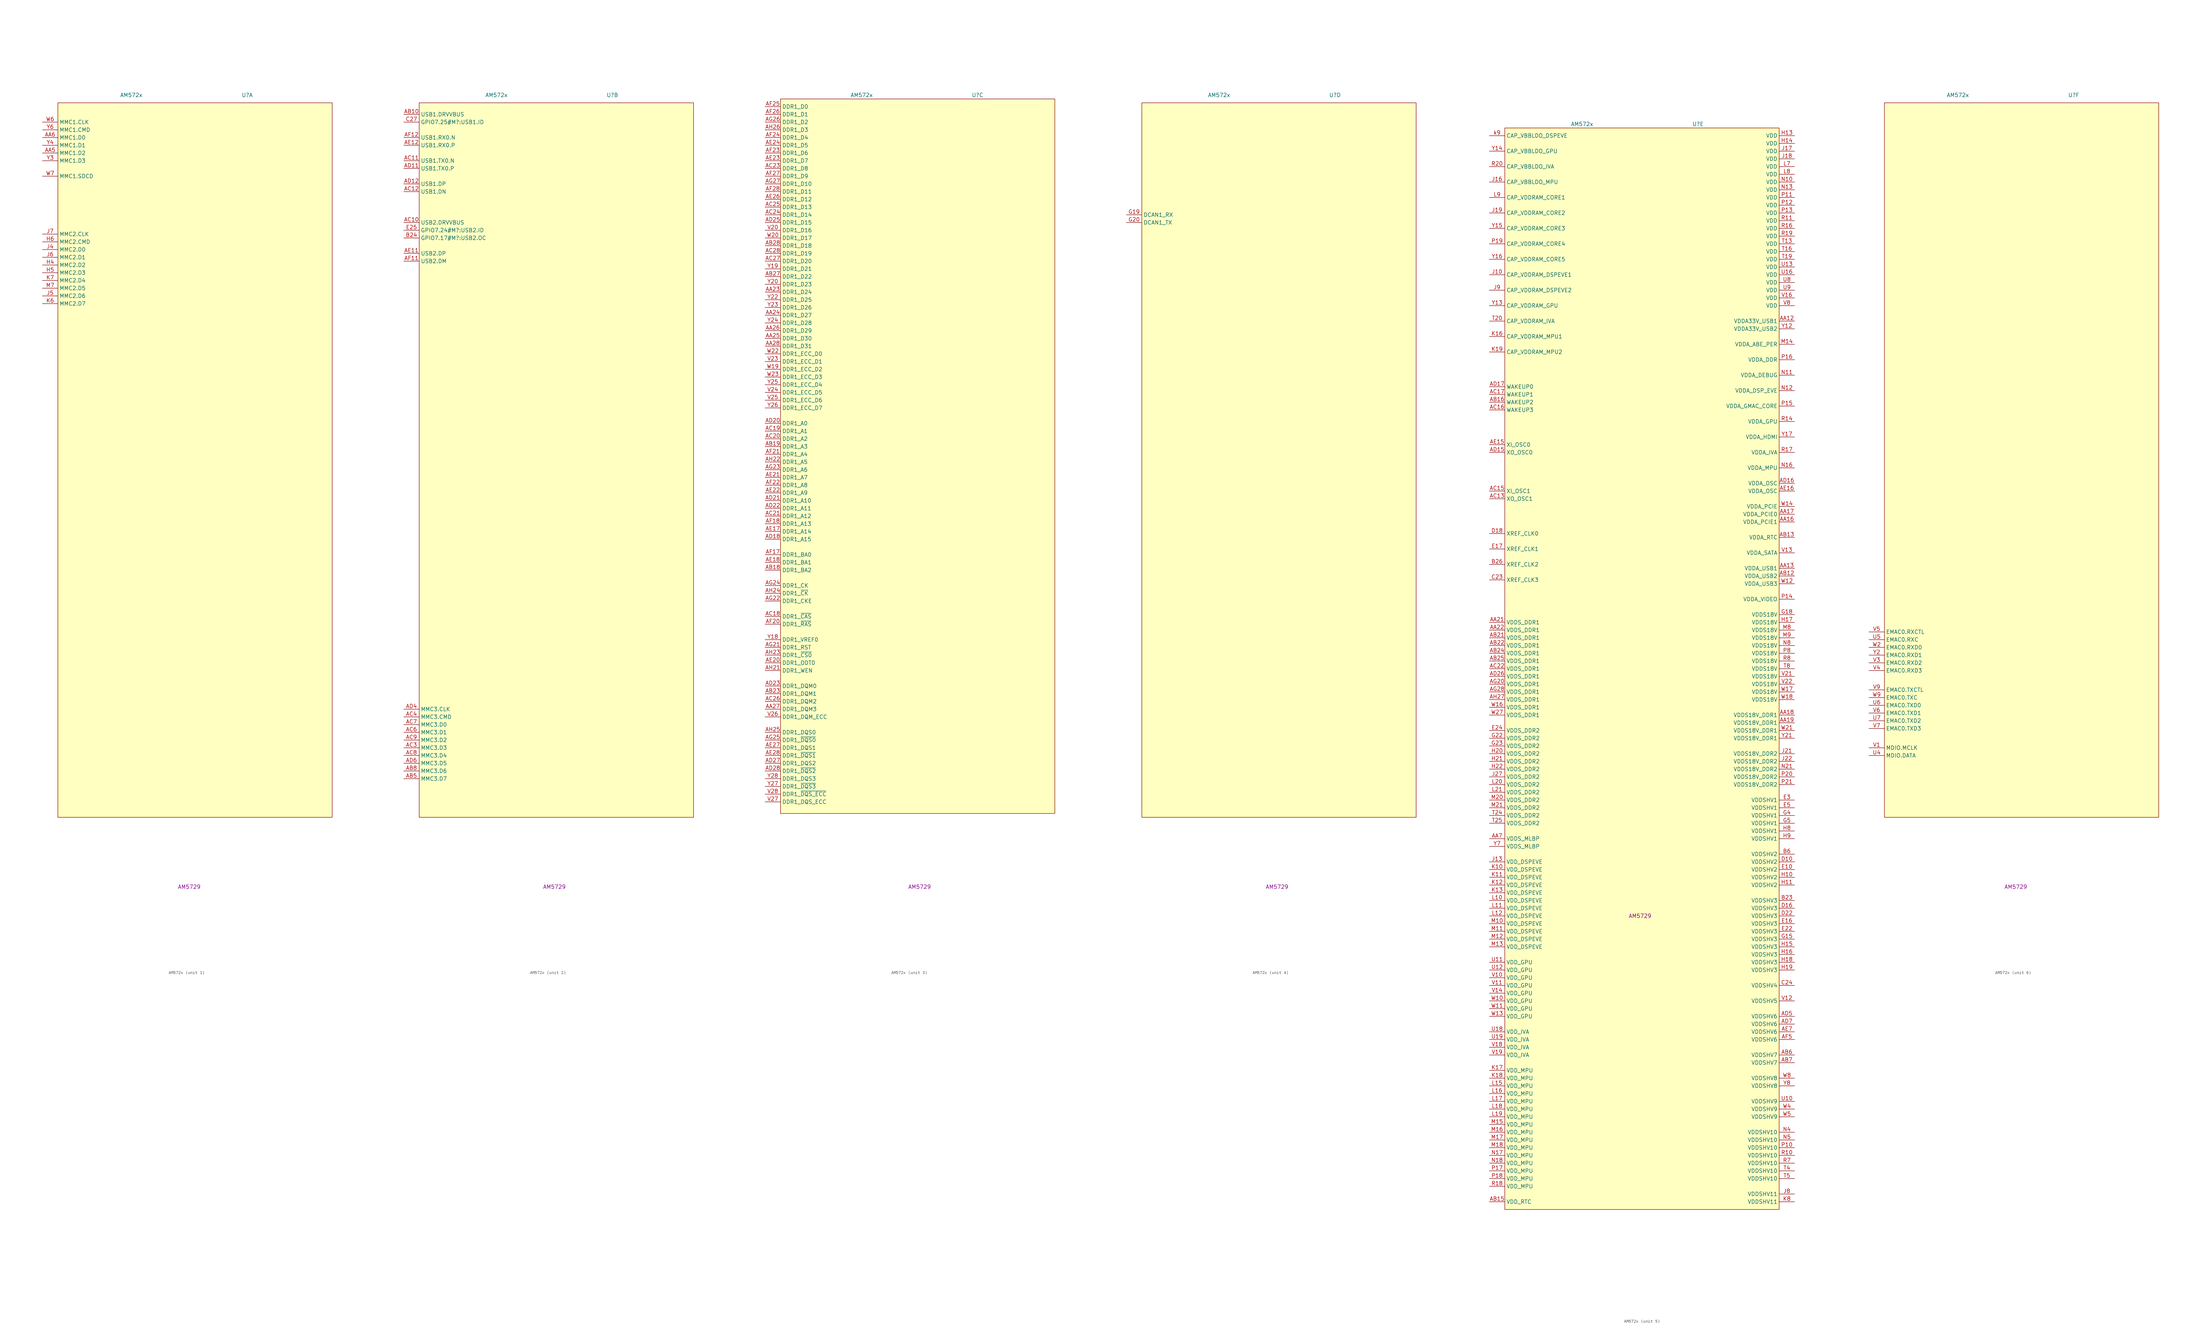
<source format=kicad_sym>
(kicad_symbol_lib
  (version 20231120)
  (generator "kicad_symbol_editor")
  (generator_version "8.0")
  (symbol "AM572x"
    (property "Reference" "U"
      (at 19.05 105.41 0)
      (effects (font (size 1.27 1.27))))
    (property "Value" "AM572x"
      (at -19.05 105.41 0)
      (effects (font (size 1.27 1.27))))
    (property "MPN" "AM5729"
      (at 0 -154.94 0)
      (effects (font (size 1.27 1.27))))
    (property "ki_locked" ""
      (at 0 0 0)
      (effects (font (size 1.27 1.27))))
    (symbol "AM572x_1_1"
      (rectangle (start -43.18 102.87) (end 46.99 -132.08) (stroke (width 0) (type default)) (fill (type background)))
      (pin bidirectional line (at -48.26 86.36 0) (length 5.08) (name "MMC1.D2" (effects (font (size 1.27 1.27)))) (number "AA5" (effects (font (size 1.27 1.27)))))
      (pin bidirectional line (at -48.26 91.44 0) (length 5.08) (name "MMC1.D0" (effects (font (size 1.27 1.27)))) (number "AA6" (effects (font (size 1.27 1.27)))))
      (pin bidirectional line (at -48.26 49.53 0) (length 5.08) (name "MMC2.D2" (effects (font (size 1.27 1.27)))) (number "H4" (effects (font (size 1.27 1.27)))))
      (pin bidirectional line (at -48.26 46.99 0) (length 5.08) (name "MMC2.D3" (effects (font (size 1.27 1.27)))) (number "H5" (effects (font (size 1.27 1.27)))))
      (pin bidirectional line (at -48.26 57.15 0) (length 5.08) (name "MMC2.CMD" (effects (font (size 1.27 1.27)))) (number "H6" (effects (font (size 1.27 1.27)))))
      (pin bidirectional line (at -48.26 54.61 0) (length 5.08) (name "MMC2.D0" (effects (font (size 1.27 1.27)))) (number "J4" (effects (font (size 1.27 1.27)))))
      (pin bidirectional line (at -48.26 39.37 0) (length 5.08) (name "MMC2.D6" (effects (font (size 1.27 1.27)))) (number "J5" (effects (font (size 1.27 1.27)))))
      (pin bidirectional line (at -48.26 52.07 0) (length 5.08) (name "MMC2.D1" (effects (font (size 1.27 1.27)))) (number "J6" (effects (font (size 1.27 1.27)))))
      (pin bidirectional line (at -48.26 59.69 0) (length 5.08) (name "MMC2.CLK" (effects (font (size 1.27 1.27)))) (number "J7" (effects (font (size 1.27 1.27)))))
      (pin bidirectional line (at -48.26 36.83 0) (length 5.08) (name "MMC2.D7" (effects (font (size 1.27 1.27)))) (number "K6" (effects (font (size 1.27 1.27)))))
      (pin bidirectional line (at -48.26 44.45 0) (length 5.08) (name "MMC2.D4" (effects (font (size 1.27 1.27)))) (number "K7" (effects (font (size 1.27 1.27)))))
      (pin bidirectional line (at -48.26 41.91 0) (length 5.08) (name "MMC2.D5" (effects (font (size 1.27 1.27)))) (number "M7" (effects (font (size 1.27 1.27)))))
      (pin bidirectional line (at -48.26 96.52 0) (length 5.08) (name "MMC1.CLK" (effects (font (size 1.27 1.27)))) (number "W6" (effects (font (size 1.27 1.27)))))
      (pin bidirectional line (at -48.26 78.74 0) (length 5.08) (name "MMC1.SDCD" (effects (font (size 1.27 1.27)))) (number "W7" (effects (font (size 1.27 1.27)))))
      (pin bidirectional line (at -48.26 83.82 0) (length 5.08) (name "MMC1.D3" (effects (font (size 1.27 1.27)))) (number "Y3" (effects (font (size 1.27 1.27)))))
      (pin bidirectional line (at -48.26 88.9 0) (length 5.08) (name "MMC1.D1" (effects (font (size 1.27 1.27)))) (number "Y4" (effects (font (size 1.27 1.27)))))
      (pin bidirectional line (at -48.26 93.98 0) (length 5.08) (name "MMC1.CMD" (effects (font (size 1.27 1.27)))) (number "Y6" (effects (font (size 1.27 1.27))))))
    (symbol "AM572x_2_1"
      (rectangle (start -44.45 102.87) (end 45.72 -132.08) (stroke (width 0) (type default)) (fill (type background)))
      (pin bidirectional line (at -49.53 99.06 0) (length 5.08) (name "USB1.DRVVBUS" (effects (font (size 1.27 1.27)))) (number "AB10" (effects (font (size 1.27 1.27)))))
      (pin bidirectional line (at -49.53 -119.38 0) (length 5.08) (name "MMC3.D7" (effects (font (size 1.27 1.27)))) (number "AB5" (effects (font (size 1.27 1.27)))))
      (pin bidirectional line (at -49.53 -116.84 0) (length 5.08) (name "MMC3.D6" (effects (font (size 1.27 1.27)))) (number "AB8" (effects (font (size 1.27 1.27)))))
      (pin bidirectional line (at -49.53 63.5 0) (length 5.08) (name "USB2.DRVVBUS" (effects (font (size 1.27 1.27)))) (number "AC10" (effects (font (size 1.27 1.27)))))
      (pin bidirectional line (at -49.53 83.82 0) (length 5.08) (name "USB1.TX0.N" (effects (font (size 1.27 1.27)))) (number "AC11" (effects (font (size 1.27 1.27)))))
      (pin bidirectional line (at -49.53 73.66 0) (length 5.08) (name "USB1.DN" (effects (font (size 1.27 1.27)))) (number "AC12" (effects (font (size 1.27 1.27)))))
      (pin bidirectional line (at -49.53 -109.22 0) (length 5.08) (name "MMC3.D3" (effects (font (size 1.27 1.27)))) (number "AC3" (effects (font (size 1.27 1.27)))))
      (pin bidirectional line (at -49.53 -99.06 0) (length 5.08) (name "MMC3.CMD" (effects (font (size 1.27 1.27)))) (number "AC4" (effects (font (size 1.27 1.27)))))
      (pin bidirectional line (at -49.53 -104.14 0) (length 5.08) (name "MMC3.D1" (effects (font (size 1.27 1.27)))) (number "AC6" (effects (font (size 1.27 1.27)))))
      (pin bidirectional line (at -49.53 -101.6 0) (length 5.08) (name "MMC3.D0" (effects (font (size 1.27 1.27)))) (number "AC7" (effects (font (size 1.27 1.27)))))
      (pin bidirectional line (at -49.53 -111.76 0) (length 5.08) (name "MMC3.D4" (effects (font (size 1.27 1.27)))) (number "AC8" (effects (font (size 1.27 1.27)))))
      (pin bidirectional line (at -49.53 -106.68 0) (length 5.08) (name "MMC3.D2" (effects (font (size 1.27 1.27)))) (number "AC9" (effects (font (size 1.27 1.27)))))
      (pin bidirectional line (at -49.53 81.28 0) (length 5.08) (name "USB1.TX0.P" (effects (font (size 1.27 1.27)))) (number "AD11" (effects (font (size 1.27 1.27)))))
      (pin bidirectional line (at -49.53 76.2 0) (length 5.08) (name "USB1.DP" (effects (font (size 1.27 1.27)))) (number "AD12" (effects (font (size 1.27 1.27)))))
      (pin bidirectional line (at -49.53 -96.52 0) (length 5.08) (name "MMC3.CLK" (effects (font (size 1.27 1.27)))) (number "AD4" (effects (font (size 1.27 1.27)))))
      (pin bidirectional line (at -49.53 -114.3 0) (length 5.08) (name "MMC3.D5" (effects (font (size 1.27 1.27)))) (number "AD6" (effects (font (size 1.27 1.27)))))
      (pin bidirectional line (at -49.53 53.34 0) (length 5.08) (name "USB2.DP" (effects (font (size 1.27 1.27)))) (number "AE11" (effects (font (size 1.27 1.27)))))
      (pin bidirectional line (at -49.53 88.9 0) (length 5.08) (name "USB1.RX0.P" (effects (font (size 1.27 1.27)))) (number "AE12" (effects (font (size 1.27 1.27)))))
      (pin bidirectional line (at -49.53 50.8 0) (length 5.08) (name "USB2.DM" (effects (font (size 1.27 1.27)))) (number "AF11" (effects (font (size 1.27 1.27)))))
      (pin bidirectional line (at -49.53 91.44 0) (length 5.08) (name "USB1.RX0.N" (effects (font (size 1.27 1.27)))) (number "AF12" (effects (font (size 1.27 1.27)))))
      (pin bidirectional line (at -49.53 58.42 0) (length 5.08) (name "GPIO7.17#M?:USB2.OC" (effects (font (size 1.27 1.27)))) (number "B24" (effects (font (size 1.27 1.27)))))
      (pin bidirectional line (at -49.53 96.52 0) (length 5.08) (name "GPIO7.25#M?:USB1.ID" (effects (font (size 1.27 1.27)))) (number "C27" (effects (font (size 1.27 1.27)))))
      (pin bidirectional line (at -49.53 60.96 0) (length 5.08) (name "GPIO7.24#M?:USB2.ID" (effects (font (size 1.27 1.27)))) (number "E25" (effects (font (size 1.27 1.27))))))
    (symbol "AM572x_3_1"
      (rectangle (start -45.72 104.14) (end 44.45 -130.81) (stroke (width 0) (type default)) (fill (type background)))
      (pin bidirectional line (at -50.8 40.64 0) (length 5.08) (name "DDR1_D24" (effects (font (size 1.27 1.27)))) (number "AA23" (effects (font (size 1.27 1.27)))))
      (pin bidirectional line (at -50.8 33.02 0) (length 5.08) (name "DDR1_D27" (effects (font (size 1.27 1.27)))) (number "AA24" (effects (font (size 1.27 1.27)))))
      (pin bidirectional line (at -50.8 25.4 0) (length 5.08) (name "DDR1_D30" (effects (font (size 1.27 1.27)))) (number "AA25" (effects (font (size 1.27 1.27)))))
      (pin bidirectional line (at -50.8 27.94 0) (length 5.08) (name "DDR1_D29" (effects (font (size 1.27 1.27)))) (number "AA26" (effects (font (size 1.27 1.27)))))
      (pin output line (at -50.8 -96.52 0) (length 5.08) (name "DDR1_DQM3" (effects (font (size 1.27 1.27)))) (number "AA27" (effects (font (size 1.27 1.27)))))
      (pin bidirectional line (at -50.8 22.86 0) (length 5.08) (name "DDR1_D31" (effects (font (size 1.27 1.27)))) (number "AA28" (effects (font (size 1.27 1.27)))))
      (pin output line (at -50.8 -50.8 0) (length 5.08) (name "DDR1_BA2" (effects (font (size 1.27 1.27)))) (number "AB18" (effects (font (size 1.27 1.27)))))
      (pin output line (at -50.8 -10.16 0) (length 5.08) (name "DDR1_A3" (effects (font (size 1.27 1.27)))) (number "AB19" (effects (font (size 1.27 1.27)))))
      (pin output line (at -50.8 -91.44 0) (length 5.08) (name "DDR1_DQM1" (effects (font (size 1.27 1.27)))) (number "AB23" (effects (font (size 1.27 1.27)))))
      (pin bidirectional line (at -50.8 45.72 0) (length 5.08) (name "DDR1_D22" (effects (font (size 1.27 1.27)))) (number "AB27" (effects (font (size 1.27 1.27)))))
      (pin bidirectional line (at -50.8 55.88 0) (length 5.08) (name "DDR1_D18" (effects (font (size 1.27 1.27)))) (number "AB28" (effects (font (size 1.27 1.27)))))
      (pin output line (at -50.8 -66.04 0) (length 5.08) (name "DDR1_~{CAS}" (effects (font (size 1.27 1.27)))) (number "AC18" (effects (font (size 1.27 1.27)))))
      (pin output line (at -50.8 -5.08 0) (length 5.08) (name "DDR1_A1" (effects (font (size 1.27 1.27)))) (number "AC19" (effects (font (size 1.27 1.27)))))
      (pin output line (at -50.8 -7.62 0) (length 5.08) (name "DDR1_A2" (effects (font (size 1.27 1.27)))) (number "AC20" (effects (font (size 1.27 1.27)))))
      (pin output line (at -50.8 -33.02 0) (length 5.08) (name "DDR1_A12" (effects (font (size 1.27 1.27)))) (number "AC21" (effects (font (size 1.27 1.27)))))
      (pin bidirectional line (at -50.8 81.28 0) (length 5.08) (name "DDR1_D8" (effects (font (size 1.27 1.27)))) (number "AC23" (effects (font (size 1.27 1.27)))))
      (pin bidirectional line (at -50.8 66.04 0) (length 5.08) (name "DDR1_D14" (effects (font (size 1.27 1.27)))) (number "AC24" (effects (font (size 1.27 1.27)))))
      (pin bidirectional line (at -50.8 68.58 0) (length 5.08) (name "DDR1_D13" (effects (font (size 1.27 1.27)))) (number "AC25" (effects (font (size 1.27 1.27)))))
      (pin output line (at -50.8 -93.98 0) (length 5.08) (name "DDR1_DQM2" (effects (font (size 1.27 1.27)))) (number "AC26" (effects (font (size 1.27 1.27)))))
      (pin bidirectional line (at -50.8 50.8 0) (length 5.08) (name "DDR1_D20" (effects (font (size 1.27 1.27)))) (number "AC27" (effects (font (size 1.27 1.27)))))
      (pin bidirectional line (at -50.8 53.34 0) (length 5.08) (name "DDR1_D19" (effects (font (size 1.27 1.27)))) (number "AC28" (effects (font (size 1.27 1.27)))))
      (pin output line (at -50.8 -40.64 0) (length 5.08) (name "DDR1_A15" (effects (font (size 1.27 1.27)))) (number "AD18" (effects (font (size 1.27 1.27)))))
      (pin output line (at -50.8 -2.54 0) (length 5.08) (name "DDR1_A0" (effects (font (size 1.27 1.27)))) (number "AD20" (effects (font (size 1.27 1.27)))))
      (pin output line (at -50.8 -27.94 0) (length 5.08) (name "DDR1_A10" (effects (font (size 1.27 1.27)))) (number "AD21" (effects (font (size 1.27 1.27)))))
      (pin output line (at -50.8 -30.48 0) (length 5.08) (name "DDR1_A11" (effects (font (size 1.27 1.27)))) (number "AD22" (effects (font (size 1.27 1.27)))))
      (pin output line (at -50.8 -88.9 0) (length 5.08) (name "DDR1_DQM0" (effects (font (size 1.27 1.27)))) (number "AD23" (effects (font (size 1.27 1.27)))))
      (pin bidirectional line (at -50.8 63.5 0) (length 5.08) (name "DDR1_D15" (effects (font (size 1.27 1.27)))) (number "AD25" (effects (font (size 1.27 1.27)))))
      (pin bidirectional line (at -50.8 -114.3 0) (length 5.08) (name "DDR1_DQS2" (effects (font (size 1.27 1.27)))) (number "AD27" (effects (font (size 1.27 1.27)))))
      (pin bidirectional line (at -50.8 -116.84 0) (length 5.08) (name "DDR1_~{DQS2}" (effects (font (size 1.27 1.27)))) (number "AD28" (effects (font (size 1.27 1.27)))))
      (pin output line (at -50.8 -38.1 0) (length 5.08) (name "DDR1_A14" (effects (font (size 1.27 1.27)))) (number "AE17" (effects (font (size 1.27 1.27)))))
      (pin output line (at -50.8 -48.26 0) (length 5.08) (name "DDR1_BA1" (effects (font (size 1.27 1.27)))) (number "AE18" (effects (font (size 1.27 1.27)))))
      (pin output line (at -50.8 -81.28 0) (length 5.08) (name "DDR1_ODT0" (effects (font (size 1.27 1.27)))) (number "AE20" (effects (font (size 1.27 1.27)))))
      (pin output line (at -50.8 -20.32 0) (length 5.08) (name "DDR1_A7" (effects (font (size 1.27 1.27)))) (number "AE21" (effects (font (size 1.27 1.27)))))
      (pin output line (at -50.8 -25.4 0) (length 5.08) (name "DDR1_A9" (effects (font (size 1.27 1.27)))) (number "AE22" (effects (font (size 1.27 1.27)))))
      (pin bidirectional line (at -50.8 83.82 0) (length 5.08) (name "DDR1_D7" (effects (font (size 1.27 1.27)))) (number "AE23" (effects (font (size 1.27 1.27)))))
      (pin bidirectional line (at -50.8 88.9 0) (length 5.08) (name "DDR1_D5" (effects (font (size 1.27 1.27)))) (number "AE24" (effects (font (size 1.27 1.27)))))
      (pin bidirectional line (at -50.8 71.12 0) (length 5.08) (name "DDR1_D12" (effects (font (size 1.27 1.27)))) (number "AE26" (effects (font (size 1.27 1.27)))))
      (pin bidirectional line (at -50.8 -109.22 0) (length 5.08) (name "DDR1_DQS1" (effects (font (size 1.27 1.27)))) (number "AE27" (effects (font (size 1.27 1.27)))))
      (pin bidirectional line (at -50.8 -111.76 0) (length 5.08) (name "DDR1_~{DQS1}" (effects (font (size 1.27 1.27)))) (number "AE28" (effects (font (size 1.27 1.27)))))
      (pin output line (at -50.8 -45.72 0) (length 5.08) (name "DDR1_BA0" (effects (font (size 1.27 1.27)))) (number "AF17" (effects (font (size 1.27 1.27)))))
      (pin output line (at -50.8 -35.56 0) (length 5.08) (name "DDR1_A13" (effects (font (size 1.27 1.27)))) (number "AF18" (effects (font (size 1.27 1.27)))))
      (pin output line (at -50.8 -68.58 0) (length 5.08) (name "DDR1_~{RAS}" (effects (font (size 1.27 1.27)))) (number "AF20" (effects (font (size 1.27 1.27)))))
      (pin output line (at -50.8 -12.7 0) (length 5.08) (name "DDR1_A4" (effects (font (size 1.27 1.27)))) (number "AF21" (effects (font (size 1.27 1.27)))))
      (pin output line (at -50.8 -22.86 0) (length 5.08) (name "DDR1_A8" (effects (font (size 1.27 1.27)))) (number "AF22" (effects (font (size 1.27 1.27)))))
      (pin bidirectional line (at -50.8 86.36 0) (length 5.08) (name "DDR1_D6" (effects (font (size 1.27 1.27)))) (number "AF23" (effects (font (size 1.27 1.27)))))
      (pin bidirectional line (at -50.8 91.44 0) (length 5.08) (name "DDR1_D4" (effects (font (size 1.27 1.27)))) (number "AF24" (effects (font (size 1.27 1.27)))))
      (pin bidirectional line (at -50.8 101.6 0) (length 5.08) (name "DDR1_D0" (effects (font (size 1.27 1.27)))) (number "AF25" (effects (font (size 1.27 1.27)))))
      (pin bidirectional line (at -50.8 99.06 0) (length 5.08) (name "DDR1_D1" (effects (font (size 1.27 1.27)))) (number "AF26" (effects (font (size 1.27 1.27)))))
      (pin bidirectional line (at -50.8 78.74 0) (length 5.08) (name "DDR1_D9" (effects (font (size 1.27 1.27)))) (number "AF27" (effects (font (size 1.27 1.27)))))
      (pin bidirectional line (at -50.8 73.66 0) (length 5.08) (name "DDR1_D11" (effects (font (size 1.27 1.27)))) (number "AF28" (effects (font (size 1.27 1.27)))))
      (pin output line (at -50.8 -76.2 0) (length 5.08) (name "DDR1_RST" (effects (font (size 1.27 1.27)))) (number "AG21" (effects (font (size 1.27 1.27)))))
      (pin output line (at -50.8 -60.96 0) (length 5.08) (name "DDR1_CKE" (effects (font (size 1.27 1.27)))) (number "AG22" (effects (font (size 1.27 1.27)))))
      (pin output line (at -50.8 -17.78 0) (length 5.08) (name "DDR1_A6" (effects (font (size 1.27 1.27)))) (number "AG23" (effects (font (size 1.27 1.27)))))
      (pin output line (at -50.8 -55.88 0) (length 5.08) (name "DDR1_CK" (effects (font (size 1.27 1.27)))) (number "AG24" (effects (font (size 1.27 1.27)))))
      (pin bidirectional line (at -50.8 -106.68 0) (length 5.08) (name "DDR1_~{DQS0}" (effects (font (size 1.27 1.27)))) (number "AG25" (effects (font (size 1.27 1.27)))))
      (pin bidirectional line (at -50.8 96.52 0) (length 5.08) (name "DDR1_D2" (effects (font (size 1.27 1.27)))) (number "AG26" (effects (font (size 1.27 1.27)))))
      (pin bidirectional line (at -50.8 76.2 0) (length 5.08) (name "DDR1_D10" (effects (font (size 1.27 1.27)))) (number "AG27" (effects (font (size 1.27 1.27)))))
      (pin output line (at -50.8 -83.82 0) (length 5.08) (name "DDR1_WEN" (effects (font (size 1.27 1.27)))) (number "AH21" (effects (font (size 1.27 1.27)))))
      (pin output line (at -50.8 -15.24 0) (length 5.08) (name "DDR1_A5" (effects (font (size 1.27 1.27)))) (number "AH22" (effects (font (size 1.27 1.27)))))
      (pin output line (at -50.8 -78.74 0) (length 5.08) (name "DDR1_~{CS0}" (effects (font (size 1.27 1.27)))) (number "AH23" (effects (font (size 1.27 1.27)))))
      (pin output line (at -50.8 -58.42 0) (length 5.08) (name "DDR1_~{CK}" (effects (font (size 1.27 1.27)))) (number "AH24" (effects (font (size 1.27 1.27)))))
      (pin bidirectional line (at -50.8 -104.14 0) (length 5.08) (name "DDR1_DQS0" (effects (font (size 1.27 1.27)))) (number "AH25" (effects (font (size 1.27 1.27)))))
      (pin bidirectional line (at -50.8 93.98 0) (length 5.08) (name "DDR1_D3" (effects (font (size 1.27 1.27)))) (number "AH26" (effects (font (size 1.27 1.27)))))
      (pin bidirectional line (at -50.8 60.96 0) (length 5.08) (name "DDR1_D16" (effects (font (size 1.27 1.27)))) (number "V20" (effects (font (size 1.27 1.27)))))
      (pin bidirectional line (at -50.8 17.78 0) (length 5.08) (name "DDR1_ECC_D1" (effects (font (size 1.27 1.27)))) (number "V23" (effects (font (size 1.27 1.27)))))
      (pin bidirectional line (at -50.8 7.62 0) (length 5.08) (name "DDR1_ECC_D5" (effects (font (size 1.27 1.27)))) (number "V24" (effects (font (size 1.27 1.27)))))
      (pin bidirectional line (at -50.8 5.08 0) (length 5.08) (name "DDR1_ECC_D6" (effects (font (size 1.27 1.27)))) (number "V25" (effects (font (size 1.27 1.27)))))
      (pin output line (at -50.8 -99.06 0) (length 5.08) (name "DDR1_DQM_ECC" (effects (font (size 1.27 1.27)))) (number "V26" (effects (font (size 1.27 1.27)))))
      (pin bidirectional line (at -50.8 -127 0) (length 5.08) (name "DDR1_DQS_ECC" (effects (font (size 1.27 1.27)))) (number "V27" (effects (font (size 1.27 1.27)))))
      (pin bidirectional line (at -50.8 -124.46 0) (length 5.08) (name "DDR1_~{DQS_ECC}" (effects (font (size 1.27 1.27)))) (number "V28" (effects (font (size 1.27 1.27)))))
      (pin bidirectional line (at -50.8 15.24 0) (length 5.08) (name "DDR1_ECC_D2" (effects (font (size 1.27 1.27)))) (number "W19" (effects (font (size 1.27 1.27)))))
      (pin bidirectional line (at -50.8 58.42 0) (length 5.08) (name "DDR1_D17" (effects (font (size 1.27 1.27)))) (number "W20" (effects (font (size 1.27 1.27)))))
      (pin bidirectional line (at -50.8 20.32 0) (length 5.08) (name "DDR1_ECC_D0" (effects (font (size 1.27 1.27)))) (number "W22" (effects (font (size 1.27 1.27)))))
      (pin bidirectional line (at -50.8 12.7 0) (length 5.08) (name "DDR1_ECC_D3" (effects (font (size 1.27 1.27)))) (number "W23" (effects (font (size 1.27 1.27)))))
      (pin power_out line (at -50.8 -73.66 0) (length 5.08) (name "DDR1_VREF0" (effects (font (size 1.27 1.27)))) (number "Y18" (effects (font (size 1.27 1.27)))))
      (pin bidirectional line (at -50.8 48.26 0) (length 5.08) (name "DDR1_D21" (effects (font (size 1.27 1.27)))) (number "Y19" (effects (font (size 1.27 1.27)))))
      (pin bidirectional line (at -50.8 43.18 0) (length 5.08) (name "DDR1_D23" (effects (font (size 1.27 1.27)))) (number "Y20" (effects (font (size 1.27 1.27)))))
      (pin bidirectional line (at -50.8 38.1 0) (length 5.08) (name "DDR1_D25" (effects (font (size 1.27 1.27)))) (number "Y22" (effects (font (size 1.27 1.27)))))
      (pin bidirectional line (at -50.8 35.56 0) (length 5.08) (name "DDR1_D26" (effects (font (size 1.27 1.27)))) (number "Y23" (effects (font (size 1.27 1.27)))))
      (pin bidirectional line (at -50.8 30.48 0) (length 5.08) (name "DDR1_D28" (effects (font (size 1.27 1.27)))) (number "Y24" (effects (font (size 1.27 1.27)))))
      (pin bidirectional line (at -50.8 10.16 0) (length 5.08) (name "DDR1_ECC_D4" (effects (font (size 1.27 1.27)))) (number "Y25" (effects (font (size 1.27 1.27)))))
      (pin bidirectional line (at -50.8 2.54 0) (length 5.08) (name "DDR1_ECC_D7" (effects (font (size 1.27 1.27)))) (number "Y26" (effects (font (size 1.27 1.27)))))
      (pin bidirectional line (at -50.8 -121.92 0) (length 5.08) (name "DDR1_~{DQS3}" (effects (font (size 1.27 1.27)))) (number "Y27" (effects (font (size 1.27 1.27)))))
      (pin bidirectional line (at -50.8 -119.38 0) (length 5.08) (name "DDR1_DQS3" (effects (font (size 1.27 1.27)))) (number "Y28" (effects (font (size 1.27 1.27))))))
    (symbol "AM572x_4_1"
      (rectangle (start -44.45 102.87) (end 45.72 -132.08) (stroke (width 0) (type default)) (fill (type background)))
      (pin bidirectional line (at -49.53 66.04 0) (length 5.08) (name "DCAN1_RX" (effects (font (size 1.27 1.27)))) (number "G19" (effects (font (size 1.27 1.27)))))
      (pin bidirectional line (at -49.53 63.5 0) (length 5.08) (name "DCAN1_TX" (effects (font (size 1.27 1.27)))) (number "G20" (effects (font (size 1.27 1.27))))))
    (symbol "AM572x_5_1"
      (rectangle (start -44.45 104.14) (end 45.72 -251.46) (stroke (width 0) (type default)) (fill (type background)))
      (pin power_in line (at 50.8 40.64 180) (length 5.08) (name "VDDA33V_USB1" (effects (font (size 1.27 1.27)))) (number "AA12" (effects (font (size 1.27 1.27)))))
      (pin power_in line (at 50.8 -40.64 180) (length 5.08) (name "VDDA_USB1" (effects (font (size 1.27 1.27)))) (number "AA13" (effects (font (size 1.27 1.27)))))
      (pin power_in line (at 50.8 -25.4 180) (length 5.08) (name "VDDA_PCIE1" (effects (font (size 1.27 1.27)))) (number "AA16" (effects (font (size 1.27 1.27)))))
      (pin power_in line (at 50.8 -22.86 180) (length 5.08) (name "VDDA_PCIE0" (effects (font (size 1.27 1.27)))) (number "AA17" (effects (font (size 1.27 1.27)))))
      (pin power_in line (at 50.8 -88.9 180) (length 5.08) (name "VDDS18V_DDR1" (effects (font (size 1.27 1.27)))) (number "AA18" (effects (font (size 1.27 1.27)))))
      (pin power_in line (at 50.8 -91.44 180) (length 5.08) (name "VDDS18V_DDR1" (effects (font (size 1.27 1.27)))) (number "AA19" (effects (font (size 1.27 1.27)))))
      (pin power_in line (at -49.53 -58.42 0) (length 5.08) (name "VDDS_DDR1" (effects (font (size 1.27 1.27)))) (number "AA21" (effects (font (size 1.27 1.27)))))
      (pin power_in line (at -49.53 -60.96 0) (length 5.08) (name "VDDS_DDR1" (effects (font (size 1.27 1.27)))) (number "AA22" (effects (font (size 1.27 1.27)))))
      (pin power_in line (at -49.53 -129.54 0) (length 5.08) (name "VDDS_MLBP" (effects (font (size 1.27 1.27)))) (number "AA7" (effects (font (size 1.27 1.27)))))
      (pin power_in line (at 50.8 -43.18 180) (length 5.08) (name "VDDA_USB2" (effects (font (size 1.27 1.27)))) (number "AB12" (effects (font (size 1.27 1.27)))))
      (pin power_in line (at 50.8 -30.48 180) (length 5.08) (name "VDDA_RTC" (effects (font (size 1.27 1.27)))) (number "AB13" (effects (font (size 1.27 1.27)))))
      (pin power_in line (at -49.53 -248.92 0) (length 5.08) (name "VDD_RTC" (effects (font (size 1.27 1.27)))) (number "AB15" (effects (font (size 1.27 1.27)))))
      (pin input line (at -49.53 13.97 0) (length 5.08) (name "WAKEUP2" (effects (font (size 1.27 1.27)))) (number "AB16" (effects (font (size 1.27 1.27)))))
      (pin power_in line (at -49.53 -63.5 0) (length 5.08) (name "VDDS_DDR1" (effects (font (size 1.27 1.27)))) (number "AB21" (effects (font (size 1.27 1.27)))))
      (pin power_in line (at -49.53 -66.04 0) (length 5.08) (name "VDDS_DDR1" (effects (font (size 1.27 1.27)))) (number "AB22" (effects (font (size 1.27 1.27)))))
      (pin power_in line (at -49.53 -68.58 0) (length 5.08) (name "VDDS_DDR1" (effects (font (size 1.27 1.27)))) (number "AB24" (effects (font (size 1.27 1.27)))))
      (pin power_in line (at -49.53 -71.12 0) (length 5.08) (name "VDDS_DDR1" (effects (font (size 1.27 1.27)))) (number "AB25" (effects (font (size 1.27 1.27)))))
      (pin power_in line (at 50.8 -200.66 180) (length 5.08) (name "VDDSHV7" (effects (font (size 1.27 1.27)))) (number "AB6" (effects (font (size 1.27 1.27)))))
      (pin power_in line (at 50.8 -203.2 180) (length 5.08) (name "VDDSHV7" (effects (font (size 1.27 1.27)))) (number "AB7" (effects (font (size 1.27 1.27)))))
      (pin output line (at -49.53 -17.78 0) (length 5.08) (name "XO_OSC1" (effects (font (size 1.27 1.27)))) (number "AC13" (effects (font (size 1.27 1.27)))))
      (pin input line (at -49.53 -15.24 0) (length 5.08) (name "XI_OSC1" (effects (font (size 1.27 1.27)))) (number "AC15" (effects (font (size 1.27 1.27)))))
      (pin input line (at -49.53 11.43 0) (length 5.08) (name "WAKEUP3" (effects (font (size 1.27 1.27)))) (number "AC16" (effects (font (size 1.27 1.27)))))
      (pin input line (at -49.53 16.51 0) (length 5.08) (name "WAKEUP1" (effects (font (size 1.27 1.27)))) (number "AC17" (effects (font (size 1.27 1.27)))))
      (pin power_in line (at -49.53 -73.66 0) (length 5.08) (name "VDDS_DDR1" (effects (font (size 1.27 1.27)))) (number "AC22" (effects (font (size 1.27 1.27)))))
      (pin output line (at -49.53 -2.54 0) (length 5.08) (name "XO_OSC0" (effects (font (size 1.27 1.27)))) (number "AD15" (effects (font (size 1.27 1.27)))))
      (pin power_in line (at 50.8 -12.7 180) (length 5.08) (name "VDDA_OSC" (effects (font (size 1.27 1.27)))) (number "AD16" (effects (font (size 1.27 1.27)))))
      (pin input line (at -49.53 19.05 0) (length 5.08) (name "WAKEUP0" (effects (font (size 1.27 1.27)))) (number "AD17" (effects (font (size 1.27 1.27)))))
      (pin power_in line (at -49.53 -76.2 0) (length 5.08) (name "VDDS_DDR1" (effects (font (size 1.27 1.27)))) (number "AD26" (effects (font (size 1.27 1.27)))))
      (pin power_in line (at 50.8 -187.96 180) (length 5.08) (name "VDDSHV6" (effects (font (size 1.27 1.27)))) (number "AD5" (effects (font (size 1.27 1.27)))))
      (pin power_in line (at 50.8 -190.5 180) (length 5.08) (name "VDDSHV6" (effects (font (size 1.27 1.27)))) (number "AD7" (effects (font (size 1.27 1.27)))))
      (pin input line (at -49.53 0 0) (length 5.08) (name "XI_OSC0" (effects (font (size 1.27 1.27)))) (number "AE15" (effects (font (size 1.27 1.27)))))
      (pin power_in line (at 50.8 -15.24 180) (length 5.08) (name "VDDA_OSC" (effects (font (size 1.27 1.27)))) (number "AE16" (effects (font (size 1.27 1.27)))))
      (pin power_in line (at 50.8 -193.04 180) (length 5.08) (name "VDDSHV6" (effects (font (size 1.27 1.27)))) (number "AE7" (effects (font (size 1.27 1.27)))))
      (pin power_in line (at 50.8 -195.58 180) (length 5.08) (name "VDDSHV6" (effects (font (size 1.27 1.27)))) (number "AF5" (effects (font (size 1.27 1.27)))))
      (pin power_in line (at -49.53 -78.74 0) (length 5.08) (name "VDDS_DDR1" (effects (font (size 1.27 1.27)))) (number "AG20" (effects (font (size 1.27 1.27)))))
      (pin power_in line (at -49.53 -81.28 0) (length 5.08) (name "VDDS_DDR1" (effects (font (size 1.27 1.27)))) (number "AG28" (effects (font (size 1.27 1.27)))))
      (pin power_in line (at -49.53 -83.82 0) (length 5.08) (name "VDDS_DDR1" (effects (font (size 1.27 1.27)))) (number "AH27" (effects (font (size 1.27 1.27)))))
      (pin power_in line (at 50.8 -149.86 180) (length 5.08) (name "VDDSHV3" (effects (font (size 1.27 1.27)))) (number "B23" (effects (font (size 1.27 1.27)))))
      (pin bidirectional line (at -49.53 -39.37 0) (length 5.08) (name "XREF_CLK2" (effects (font (size 1.27 1.27)))) (number "B26" (effects (font (size 1.27 1.27)))))
      (pin power_in line (at 50.8 -134.62 180) (length 5.08) (name "VDDSHV2" (effects (font (size 1.27 1.27)))) (number "B6" (effects (font (size 1.27 1.27)))))
      (pin bidirectional line (at -49.53 -44.45 0) (length 5.08) (name "XREF_CLK3" (effects (font (size 1.27 1.27)))) (number "C23" (effects (font (size 1.27 1.27)))))
      (pin power_in line (at 50.8 -177.8 180) (length 5.08) (name "VDDSHV4" (effects (font (size 1.27 1.27)))) (number "C24" (effects (font (size 1.27 1.27)))))
      (pin power_in line (at 50.8 -137.16 180) (length 5.08) (name "VDDSHV2" (effects (font (size 1.27 1.27)))) (number "D10" (effects (font (size 1.27 1.27)))))
      (pin power_in line (at 50.8 -152.4 180) (length 5.08) (name "VDDSHV3" (effects (font (size 1.27 1.27)))) (number "D16" (effects (font (size 1.27 1.27)))))
      (pin bidirectional line (at -49.53 -29.21 0) (length 5.08) (name "XREF_CLK0" (effects (font (size 1.27 1.27)))) (number "D18" (effects (font (size 1.27 1.27)))))
      (pin power_in line (at 50.8 -154.94 180) (length 5.08) (name "VDDSHV3" (effects (font (size 1.27 1.27)))) (number "D22" (effects (font (size 1.27 1.27)))))
      (pin power_in line (at 50.8 -139.7 180) (length 5.08) (name "VDDSHV2" (effects (font (size 1.27 1.27)))) (number "E10" (effects (font (size 1.27 1.27)))))
      (pin power_in line (at 50.8 -157.48 180) (length 5.08) (name "VDDSHV3" (effects (font (size 1.27 1.27)))) (number "E16" (effects (font (size 1.27 1.27)))))
      (pin bidirectional line (at -49.53 -34.29 0) (length 5.08) (name "XREF_CLK1" (effects (font (size 1.27 1.27)))) (number "E17" (effects (font (size 1.27 1.27)))))
      (pin power_in line (at 50.8 -160.02 180) (length 5.08) (name "VDDSHV3" (effects (font (size 1.27 1.27)))) (number "E22" (effects (font (size 1.27 1.27)))))
      (pin power_in line (at -49.53 -93.98 0) (length 5.08) (name "VDDS_DDR2" (effects (font (size 1.27 1.27)))) (number "E24" (effects (font (size 1.27 1.27)))))
      (pin power_in line (at 50.8 -116.84 180) (length 5.08) (name "VDDSHV1" (effects (font (size 1.27 1.27)))) (number "E3" (effects (font (size 1.27 1.27)))))
      (pin power_in line (at 50.8 -119.38 180) (length 5.08) (name "VDDSHV1" (effects (font (size 1.27 1.27)))) (number "E5" (effects (font (size 1.27 1.27)))))
      (pin power_in line (at 50.8 -162.56 180) (length 5.08) (name "VDDSHV3" (effects (font (size 1.27 1.27)))) (number "G15" (effects (font (size 1.27 1.27)))))
      (pin power_in line (at 50.8 -55.88 180) (length 5.08) (name "VDDS18V" (effects (font (size 1.27 1.27)))) (number "G18" (effects (font (size 1.27 1.27)))))
      (pin power_in line (at -49.53 -96.52 0) (length 5.08) (name "VDDS_DDR2" (effects (font (size 1.27 1.27)))) (number "G22" (effects (font (size 1.27 1.27)))))
      (pin power_in line (at -49.53 -99.06 0) (length 5.08) (name "VDDS_DDR2" (effects (font (size 1.27 1.27)))) (number "G23" (effects (font (size 1.27 1.27)))))
      (pin power_in line (at 50.8 -121.92 180) (length 5.08) (name "VDDSHV1" (effects (font (size 1.27 1.27)))) (number "G4" (effects (font (size 1.27 1.27)))))
      (pin power_in line (at 50.8 -124.46 180) (length 5.08) (name "VDDSHV1" (effects (font (size 1.27 1.27)))) (number "G5" (effects (font (size 1.27 1.27)))))
      (pin power_in line (at 50.8 -142.24 180) (length 5.08) (name "VDDSHV2" (effects (font (size 1.27 1.27)))) (number "H10" (effects (font (size 1.27 1.27)))))
      (pin power_in line (at 50.8 -144.78 180) (length 5.08) (name "VDDSHV2" (effects (font (size 1.27 1.27)))) (number "H11" (effects (font (size 1.27 1.27)))))
      (pin power_in line (at 50.8 101.6 180) (length 5.08) (name "VDD" (effects (font (size 1.27 1.27)))) (number "H13" (effects (font (size 1.27 1.27)))))
      (pin power_in line (at 50.8 99.06 180) (length 5.08) (name "VDD" (effects (font (size 1.27 1.27)))) (number "H14" (effects (font (size 1.27 1.27)))))
      (pin power_in line (at 50.8 -165.1 180) (length 5.08) (name "VDDSHV3" (effects (font (size 1.27 1.27)))) (number "H15" (effects (font (size 1.27 1.27)))))
      (pin power_in line (at 50.8 -167.64 180) (length 5.08) (name "VDDSHV3" (effects (font (size 1.27 1.27)))) (number "H16" (effects (font (size 1.27 1.27)))))
      (pin power_in line (at 50.8 -58.42 180) (length 5.08) (name "VDDS18V" (effects (font (size 1.27 1.27)))) (number "H17" (effects (font (size 1.27 1.27)))))
      (pin power_in line (at 50.8 -170.18 180) (length 5.08) (name "VDDSHV3" (effects (font (size 1.27 1.27)))) (number "H18" (effects (font (size 1.27 1.27)))))
      (pin power_in line (at 50.8 -172.72 180) (length 5.08) (name "VDDSHV3" (effects (font (size 1.27 1.27)))) (number "H19" (effects (font (size 1.27 1.27)))))
      (pin power_in line (at -49.53 -101.6 0) (length 5.08) (name "VDDS_DDR2" (effects (font (size 1.27 1.27)))) (number "H20" (effects (font (size 1.27 1.27)))))
      (pin power_in line (at -49.53 -104.14 0) (length 5.08) (name "VDDS_DDR2" (effects (font (size 1.27 1.27)))) (number "H21" (effects (font (size 1.27 1.27)))))
      (pin power_in line (at -49.53 -106.68 0) (length 5.08) (name "VDDS_DDR2" (effects (font (size 1.27 1.27)))) (number "H22" (effects (font (size 1.27 1.27)))))
      (pin power_in line (at 50.8 -127 180) (length 5.08) (name "VDDSHV1" (effects (font (size 1.27 1.27)))) (number "H8" (effects (font (size 1.27 1.27)))))
      (pin power_in line (at 50.8 -129.54 180) (length 5.08) (name "VDDSHV1" (effects (font (size 1.27 1.27)))) (number "H9" (effects (font (size 1.27 1.27)))))
      (pin passive line (at -49.53 55.88 0) (length 5.08) (name "CAP_VDDRAM_DSPEVE1" (effects (font (size 1.27 1.27)))) (number "J10" (effects (font (size 1.27 1.27)))))
      (pin power_in line (at -49.53 -137.16 0) (length 5.08) (name "VDD_DSPEVE" (effects (font (size 1.27 1.27)))) (number "J13" (effects (font (size 1.27 1.27)))))
      (pin passive line (at -49.53 86.36 0) (length 5.08) (name "CAP_VBBLDO_MPU" (effects (font (size 1.27 1.27)))) (number "J16" (effects (font (size 1.27 1.27)))))
      (pin power_in line (at 50.8 96.52 180) (length 5.08) (name "VDD" (effects (font (size 1.27 1.27)))) (number "J17" (effects (font (size 1.27 1.27)))))
      (pin power_in line (at 50.8 93.98 180) (length 5.08) (name "VDD" (effects (font (size 1.27 1.27)))) (number "J18" (effects (font (size 1.27 1.27)))))
      (pin passive line (at -49.53 76.2 0) (length 5.08) (name "CAP_VDDRAM_CORE2" (effects (font (size 1.27 1.27)))) (number "J19" (effects (font (size 1.27 1.27)))))
      (pin power_in line (at 50.8 -101.6 180) (length 5.08) (name "VDDS18V_DDR2" (effects (font (size 1.27 1.27)))) (number "J21" (effects (font (size 1.27 1.27)))))
      (pin power_in line (at 50.8 -104.14 180) (length 5.08) (name "VDDS18V_DDR2" (effects (font (size 1.27 1.27)))) (number "J22" (effects (font (size 1.27 1.27)))))
      (pin power_in line (at -49.53 -109.22 0) (length 5.08) (name "VDDS_DDR2" (effects (font (size 1.27 1.27)))) (number "J27" (effects (font (size 1.27 1.27)))))
      (pin power_in line (at 50.8 -246.38 180) (length 5.08) (name "VDDSHV11" (effects (font (size 1.27 1.27)))) (number "J8" (effects (font (size 1.27 1.27)))))
      (pin passive line (at -49.53 50.8 0) (length 5.08) (name "CAP_VDDRAM_DSPEVE2" (effects (font (size 1.27 1.27)))) (number "J9" (effects (font (size 1.27 1.27)))))
      (pin power_in line (at -49.53 -139.7 0) (length 5.08) (name "VDD_DSPEVE" (effects (font (size 1.27 1.27)))) (number "K10" (effects (font (size 1.27 1.27)))))
      (pin power_in line (at -49.53 -142.24 0) (length 5.08) (name "VDD_DSPEVE" (effects (font (size 1.27 1.27)))) (number "K11" (effects (font (size 1.27 1.27)))))
      (pin power_in line (at -49.53 -144.78 0) (length 5.08) (name "VDD_DSPEVE" (effects (font (size 1.27 1.27)))) (number "K12" (effects (font (size 1.27 1.27)))))
      (pin power_in line (at -49.53 -147.32 0) (length 5.08) (name "VDD_DSPEVE" (effects (font (size 1.27 1.27)))) (number "K13" (effects (font (size 1.27 1.27)))))
      (pin passive line (at -49.53 35.56 0) (length 5.08) (name "CAP_VDDRAM_MPU1" (effects (font (size 1.27 1.27)))) (number "K16" (effects (font (size 1.27 1.27)))))
      (pin power_in line (at -49.53 -205.74 0) (length 5.08) (name "VDD_MPU" (effects (font (size 1.27 1.27)))) (number "K17" (effects (font (size 1.27 1.27)))))
      (pin power_in line (at -49.53 -208.28 0) (length 5.08) (name "VDD_MPU" (effects (font (size 1.27 1.27)))) (number "K18" (effects (font (size 1.27 1.27)))))
      (pin passive line (at -49.53 30.48 0) (length 5.08) (name "CAP_VDDRAM_MPU2" (effects (font (size 1.27 1.27)))) (number "K19" (effects (font (size 1.27 1.27)))))
      (pin power_in line (at 50.8 -248.92 180) (length 5.08) (name "VDDSHV11" (effects (font (size 1.27 1.27)))) (number "K8" (effects (font (size 1.27 1.27)))))
      (pin power_in line (at -49.53 -149.86 0) (length 5.08) (name "VDD_DSPEVE" (effects (font (size 1.27 1.27)))) (number "L10" (effects (font (size 1.27 1.27)))))
      (pin power_in line (at -49.53 -152.4 0) (length 5.08) (name "VDD_DSPEVE" (effects (font (size 1.27 1.27)))) (number "L11" (effects (font (size 1.27 1.27)))))
      (pin power_in line (at -49.53 -154.94 0) (length 5.08) (name "VDD_DSPEVE" (effects (font (size 1.27 1.27)))) (number "L12" (effects (font (size 1.27 1.27)))))
      (pin power_in line (at -49.53 -210.82 0) (length 5.08) (name "VDD_MPU" (effects (font (size 1.27 1.27)))) (number "L15" (effects (font (size 1.27 1.27)))))
      (pin power_in line (at -49.53 -213.36 0) (length 5.08) (name "VDD_MPU" (effects (font (size 1.27 1.27)))) (number "L16" (effects (font (size 1.27 1.27)))))
      (pin power_in line (at -49.53 -215.9 0) (length 5.08) (name "VDD_MPU" (effects (font (size 1.27 1.27)))) (number "L17" (effects (font (size 1.27 1.27)))))
      (pin power_in line (at -49.53 -218.44 0) (length 5.08) (name "VDD_MPU" (effects (font (size 1.27 1.27)))) (number "L18" (effects (font (size 1.27 1.27)))))
      (pin power_in line (at -49.53 -220.98 0) (length 5.08) (name "VDD_MPU" (effects (font (size 1.27 1.27)))) (number "L19" (effects (font (size 1.27 1.27)))))
      (pin power_in line (at -49.53 -111.76 0) (length 5.08) (name "VDDS_DDR2" (effects (font (size 1.27 1.27)))) (number "L20" (effects (font (size 1.27 1.27)))))
      (pin power_in line (at -49.53 -114.3 0) (length 5.08) (name "VDDS_DDR2" (effects (font (size 1.27 1.27)))) (number "L21" (effects (font (size 1.27 1.27)))))
      (pin power_in line (at 50.8 91.44 180) (length 5.08) (name "VDD" (effects (font (size 1.27 1.27)))) (number "L7" (effects (font (size 1.27 1.27)))))
      (pin power_in line (at 50.8 88.9 180) (length 5.08) (name "VDD" (effects (font (size 1.27 1.27)))) (number "L8" (effects (font (size 1.27 1.27)))))
      (pin passive line (at -49.53 81.28 0) (length 5.08) (name "CAP_VDDRAM_CORE1" (effects (font (size 1.27 1.27)))) (number "L9" (effects (font (size 1.27 1.27)))))
      (pin power_in line (at -49.53 -157.48 0) (length 5.08) (name "VDD_DSPEVE" (effects (font (size 1.27 1.27)))) (number "M10" (effects (font (size 1.27 1.27)))))
      (pin power_in line (at -49.53 -160.02 0) (length 5.08) (name "VDD_DSPEVE" (effects (font (size 1.27 1.27)))) (number "M11" (effects (font (size 1.27 1.27)))))
      (pin power_in line (at -49.53 -162.56 0) (length 5.08) (name "VDD_DSPEVE" (effects (font (size 1.27 1.27)))) (number "M12" (effects (font (size 1.27 1.27)))))
      (pin power_in line (at -49.53 -165.1 0) (length 5.08) (name "VDD_DSPEVE" (effects (font (size 1.27 1.27)))) (number "M13" (effects (font (size 1.27 1.27)))))
      (pin power_in line (at 50.8 33.02 180) (length 5.08) (name "VDDA_ABE_PER" (effects (font (size 1.27 1.27)))) (number "M14" (effects (font (size 1.27 1.27)))))
      (pin power_in line (at -49.53 -223.52 0) (length 5.08) (name "VDD_MPU" (effects (font (size 1.27 1.27)))) (number "M15" (effects (font (size 1.27 1.27)))))
      (pin power_in line (at -49.53 -226.06 0) (length 5.08) (name "VDD_MPU" (effects (font (size 1.27 1.27)))) (number "M16" (effects (font (size 1.27 1.27)))))
      (pin power_in line (at -49.53 -228.6 0) (length 5.08) (name "VDD_MPU" (effects (font (size 1.27 1.27)))) (number "M17" (effects (font (size 1.27 1.27)))))
      (pin power_in line (at -49.53 -231.14 0) (length 5.08) (name "VDD_MPU" (effects (font (size 1.27 1.27)))) (number "M18" (effects (font (size 1.27 1.27)))))
      (pin power_in line (at -49.53 -116.84 0) (length 5.08) (name "VDDS_DDR2" (effects (font (size 1.27 1.27)))) (number "M20" (effects (font (size 1.27 1.27)))))
      (pin power_in line (at -49.53 -119.38 0) (length 5.08) (name "VDDS_DDR2" (effects (font (size 1.27 1.27)))) (number "M21" (effects (font (size 1.27 1.27)))))
      (pin power_in line (at 50.8 -60.96 180) (length 5.08) (name "VDDS18V" (effects (font (size 1.27 1.27)))) (number "M8" (effects (font (size 1.27 1.27)))))
      (pin power_in line (at 50.8 -63.5 180) (length 5.08) (name "VDDS18V" (effects (font (size 1.27 1.27)))) (number "M9" (effects (font (size 1.27 1.27)))))
      (pin power_in line (at 50.8 86.36 180) (length 5.08) (name "VDD" (effects (font (size 1.27 1.27)))) (number "N10" (effects (font (size 1.27 1.27)))))
      (pin power_in line (at 50.8 22.86 180) (length 5.08) (name "VDDA_DEBUG" (effects (font (size 1.27 1.27)))) (number "N11" (effects (font (size 1.27 1.27)))))
      (pin power_in line (at 50.8 17.78 180) (length 5.08) (name "VDDA_DSP_EVE" (effects (font (size 1.27 1.27)))) (number "N12" (effects (font (size 1.27 1.27)))))
      (pin power_in line (at 50.8 83.82 180) (length 5.08) (name "VDD" (effects (font (size 1.27 1.27)))) (number "N13" (effects (font (size 1.27 1.27)))))
      (pin power_in line (at 50.8 -7.62 180) (length 5.08) (name "VDDA_MPU" (effects (font (size 1.27 1.27)))) (number "N16" (effects (font (size 1.27 1.27)))))
      (pin power_in line (at -49.53 -233.68 0) (length 5.08) (name "VDD_MPU" (effects (font (size 1.27 1.27)))) (number "N17" (effects (font (size 1.27 1.27)))))
      (pin power_in line (at -49.53 -236.22 0) (length 5.08) (name "VDD_MPU" (effects (font (size 1.27 1.27)))) (number "N18" (effects (font (size 1.27 1.27)))))
      (pin power_in line (at 50.8 -106.68 180) (length 5.08) (name "VDDS18V_DDR2" (effects (font (size 1.27 1.27)))) (number "N21" (effects (font (size 1.27 1.27)))))
      (pin power_in line (at 50.8 -226.06 180) (length 5.08) (name "VDDSHV10" (effects (font (size 1.27 1.27)))) (number "N4" (effects (font (size 1.27 1.27)))))
      (pin power_in line (at 50.8 -228.6 180) (length 5.08) (name "VDDSHV10" (effects (font (size 1.27 1.27)))) (number "N5" (effects (font (size 1.27 1.27)))))
      (pin power_in line (at 50.8 -66.04 180) (length 5.08) (name "VDDS18V" (effects (font (size 1.27 1.27)))) (number "N8" (effects (font (size 1.27 1.27)))))
      (pin power_in line (at 50.8 -231.14 180) (length 5.08) (name "VDDSHV10" (effects (font (size 1.27 1.27)))) (number "P10" (effects (font (size 1.27 1.27)))))
      (pin power_in line (at 50.8 81.28 180) (length 5.08) (name "VDD" (effects (font (size 1.27 1.27)))) (number "P11" (effects (font (size 1.27 1.27)))))
      (pin power_in line (at 50.8 78.74 180) (length 5.08) (name "VDD" (effects (font (size 1.27 1.27)))) (number "P12" (effects (font (size 1.27 1.27)))))
      (pin power_in line (at 50.8 76.2 180) (length 5.08) (name "VDD" (effects (font (size 1.27 1.27)))) (number "P13" (effects (font (size 1.27 1.27)))))
      (pin power_in line (at 50.8 -50.8 180) (length 5.08) (name "VDDA_VIDEO" (effects (font (size 1.27 1.27)))) (number "P14" (effects (font (size 1.27 1.27)))))
      (pin power_in line (at 50.8 12.7 180) (length 5.08) (name "VDDA_GMAC_CORE" (effects (font (size 1.27 1.27)))) (number "P15" (effects (font (size 1.27 1.27)))))
      (pin power_in line (at 50.8 27.94 180) (length 5.08) (name "VDDA_DDR" (effects (font (size 1.27 1.27)))) (number "P16" (effects (font (size 1.27 1.27)))))
      (pin power_in line (at -49.53 -238.76 0) (length 5.08) (name "VDD_MPU" (effects (font (size 1.27 1.27)))) (number "P17" (effects (font (size 1.27 1.27)))))
      (pin power_in line (at -49.53 -241.3 0) (length 5.08) (name "VDD_MPU" (effects (font (size 1.27 1.27)))) (number "P18" (effects (font (size 1.27 1.27)))))
      (pin passive line (at -49.53 66.04 0) (length 5.08) (name "CAP_VDDRAM_CORE4" (effects (font (size 1.27 1.27)))) (number "P19" (effects (font (size 1.27 1.27)))))
      (pin power_in line (at 50.8 -109.22 180) (length 5.08) (name "VDDS18V_DDR2" (effects (font (size 1.27 1.27)))) (number "P20" (effects (font (size 1.27 1.27)))))
      (pin power_in line (at 50.8 -111.76 180) (length 5.08) (name "VDDS18V_DDR2" (effects (font (size 1.27 1.27)))) (number "P21" (effects (font (size 1.27 1.27)))))
      (pin power_in line (at 50.8 -68.58 180) (length 5.08) (name "VDDS18V" (effects (font (size 1.27 1.27)))) (number "P8" (effects (font (size 1.27 1.27)))))
      (pin power_in line (at 50.8 -233.68 180) (length 5.08) (name "VDDSHV10" (effects (font (size 1.27 1.27)))) (number "R10" (effects (font (size 1.27 1.27)))))
      (pin power_in line (at 50.8 73.66 180) (length 5.08) (name "VDD" (effects (font (size 1.27 1.27)))) (number "R11" (effects (font (size 1.27 1.27)))))
      (pin power_in line (at 50.8 7.62 180) (length 5.08) (name "VDDA_GPU" (effects (font (size 1.27 1.27)))) (number "R14" (effects (font (size 1.27 1.27)))))
      (pin power_in line (at 50.8 71.12 180) (length 5.08) (name "VDD" (effects (font (size 1.27 1.27)))) (number "R16" (effects (font (size 1.27 1.27)))))
      (pin power_in line (at 50.8 -2.54 180) (length 5.08) (name "VDDA_IVA" (effects (font (size 1.27 1.27)))) (number "R17" (effects (font (size 1.27 1.27)))))
      (pin power_in line (at -49.53 -243.84 0) (length 5.08) (name "VDD_MPU" (effects (font (size 1.27 1.27)))) (number "R18" (effects (font (size 1.27 1.27)))))
      (pin power_in line (at 50.8 68.58 180) (length 5.08) (name "VDD" (effects (font (size 1.27 1.27)))) (number "R19" (effects (font (size 1.27 1.27)))))
      (pin passive line (at -49.53 91.44 0) (length 5.08) (name "CAP_VBBLDO_IVA" (effects (font (size 1.27 1.27)))) (number "R20" (effects (font (size 1.27 1.27)))))
      (pin power_in line (at 50.8 -236.22 180) (length 5.08) (name "VDDSHV10" (effects (font (size 1.27 1.27)))) (number "R7" (effects (font (size 1.27 1.27)))))
      (pin power_in line (at 50.8 -71.12 180) (length 5.08) (name "VDDS18V" (effects (font (size 1.27 1.27)))) (number "R8" (effects (font (size 1.27 1.27)))))
      (pin power_in line (at 50.8 66.04 180) (length 5.08) (name "VDD" (effects (font (size 1.27 1.27)))) (number "T13" (effects (font (size 1.27 1.27)))))
      (pin power_in line (at 50.8 63.5 180) (length 5.08) (name "VDD" (effects (font (size 1.27 1.27)))) (number "T16" (effects (font (size 1.27 1.27)))))
      (pin power_in line (at 50.8 60.96 180) (length 5.08) (name "VDD" (effects (font (size 1.27 1.27)))) (number "T19" (effects (font (size 1.27 1.27)))))
      (pin passive line (at -49.53 40.64 0) (length 5.08) (name "CAP_VDDRAM_IVA" (effects (font (size 1.27 1.27)))) (number "T20" (effects (font (size 1.27 1.27)))))
      (pin power_in line (at -49.53 -121.92 0) (length 5.08) (name "VDDS_DDR2" (effects (font (size 1.27 1.27)))) (number "T24" (effects (font (size 1.27 1.27)))))
      (pin power_in line (at -49.53 -124.46 0) (length 5.08) (name "VDDS_DDR2" (effects (font (size 1.27 1.27)))) (number "T25" (effects (font (size 1.27 1.27)))))
      (pin power_in line (at 50.8 -238.76 180) (length 5.08) (name "VDDSHV10" (effects (font (size 1.27 1.27)))) (number "T4" (effects (font (size 1.27 1.27)))))
      (pin power_in line (at 50.8 -241.3 180) (length 5.08) (name "VDDSHV10" (effects (font (size 1.27 1.27)))) (number "T5" (effects (font (size 1.27 1.27)))))
      (pin power_in line (at 50.8 -73.66 180) (length 5.08) (name "VDDS18V" (effects (font (size 1.27 1.27)))) (number "T8" (effects (font (size 1.27 1.27)))))
      (pin power_in line (at 50.8 -215.9 180) (length 5.08) (name "VDDSHV9" (effects (font (size 1.27 1.27)))) (number "U10" (effects (font (size 1.27 1.27)))))
      (pin power_in line (at -49.53 -170.18 0) (length 5.08) (name "VDD_GPU" (effects (font (size 1.27 1.27)))) (number "U11" (effects (font (size 1.27 1.27)))))
      (pin power_in line (at -49.53 -172.72 0) (length 5.08) (name "VDD_GPU" (effects (font (size 1.27 1.27)))) (number "U12" (effects (font (size 1.27 1.27)))))
      (pin power_in line (at 50.8 58.42 180) (length 5.08) (name "VDD" (effects (font (size 1.27 1.27)))) (number "U13" (effects (font (size 1.27 1.27)))))
      (pin power_in line (at 50.8 55.88 180) (length 5.08) (name "VDD" (effects (font (size 1.27 1.27)))) (number "U16" (effects (font (size 1.27 1.27)))))
      (pin power_in line (at -49.53 -193.04 0) (length 5.08) (name "VDD_IVA" (effects (font (size 1.27 1.27)))) (number "U18" (effects (font (size 1.27 1.27)))))
      (pin power_in line (at -49.53 -195.58 0) (length 5.08) (name "VDD_IVA" (effects (font (size 1.27 1.27)))) (number "U19" (effects (font (size 1.27 1.27)))))
      (pin power_in line (at 50.8 53.34 180) (length 5.08) (name "VDD" (effects (font (size 1.27 1.27)))) (number "U8" (effects (font (size 1.27 1.27)))))
      (pin power_in line (at 50.8 50.8 180) (length 5.08) (name "VDD" (effects (font (size 1.27 1.27)))) (number "U9" (effects (font (size 1.27 1.27)))))
      (pin power_in line (at -49.53 -175.26 0) (length 5.08) (name "VDD_GPU" (effects (font (size 1.27 1.27)))) (number "V10" (effects (font (size 1.27 1.27)))))
      (pin power_in line (at -49.53 -177.8 0) (length 5.08) (name "VDD_GPU" (effects (font (size 1.27 1.27)))) (number "V11" (effects (font (size 1.27 1.27)))))
      (pin power_in line (at 50.8 -182.88 180) (length 5.08) (name "VDDSHV5" (effects (font (size 1.27 1.27)))) (number "V12" (effects (font (size 1.27 1.27)))))
      (pin power_in line (at 50.8 -35.56 180) (length 5.08) (name "VDDA_SATA" (effects (font (size 1.27 1.27)))) (number "V13" (effects (font (size 1.27 1.27)))))
      (pin power_in line (at -49.53 -180.34 0) (length 5.08) (name "VDD_GPU" (effects (font (size 1.27 1.27)))) (number "V14" (effects (font (size 1.27 1.27)))))
      (pin power_in line (at 50.8 48.26 180) (length 5.08) (name "VDD" (effects (font (size 1.27 1.27)))) (number "V16" (effects (font (size 1.27 1.27)))))
      (pin power_in line (at -49.53 -198.12 0) (length 5.08) (name "VDD_IVA" (effects (font (size 1.27 1.27)))) (number "V18" (effects (font (size 1.27 1.27)))))
      (pin power_in line (at -49.53 -200.66 0) (length 5.08) (name "VDD_IVA" (effects (font (size 1.27 1.27)))) (number "V19" (effects (font (size 1.27 1.27)))))
      (pin power_in line (at 50.8 -76.2 180) (length 5.08) (name "VDDS18V" (effects (font (size 1.27 1.27)))) (number "V21" (effects (font (size 1.27 1.27)))))
      (pin power_in line (at 50.8 -78.74 180) (length 5.08) (name "VDDS18V" (effects (font (size 1.27 1.27)))) (number "V22" (effects (font (size 1.27 1.27)))))
      (pin power_in line (at 50.8 45.72 180) (length 5.08) (name "VDD" (effects (font (size 1.27 1.27)))) (number "V8" (effects (font (size 1.27 1.27)))))
      (pin power_in line (at -49.53 -182.88 0) (length 5.08) (name "VDD_GPU" (effects (font (size 1.27 1.27)))) (number "W10" (effects (font (size 1.27 1.27)))))
      (pin power_in line (at -49.53 -185.42 0) (length 5.08) (name "VDD_GPU" (effects (font (size 1.27 1.27)))) (number "W11" (effects (font (size 1.27 1.27)))))
      (pin power_in line (at 50.8 -45.72 180) (length 5.08) (name "VDDA_USB3" (effects (font (size 1.27 1.27)))) (number "W12" (effects (font (size 1.27 1.27)))))
      (pin power_in line (at -49.53 -187.96 0) (length 5.08) (name "VDD_GPU" (effects (font (size 1.27 1.27)))) (number "W13" (effects (font (size 1.27 1.27)))))
      (pin power_in line (at 50.8 -20.32 180) (length 5.08) (name "VDDA_PCIE" (effects (font (size 1.27 1.27)))) (number "W14" (effects (font (size 1.27 1.27)))))
      (pin power_in line (at -49.53 -86.36 0) (length 5.08) (name "VDDS_DDR1" (effects (font (size 1.27 1.27)))) (number "W16" (effects (font (size 1.27 1.27)))))
      (pin power_in line (at 50.8 -81.28 180) (length 5.08) (name "VDDS18V" (effects (font (size 1.27 1.27)))) (number "W17" (effects (font (size 1.27 1.27)))))
      (pin power_in line (at 50.8 -83.82 180) (length 5.08) (name "VDDS18V" (effects (font (size 1.27 1.27)))) (number "W18" (effects (font (size 1.27 1.27)))))
      (pin power_in line (at 50.8 -93.98 180) (length 5.08) (name "VDDS18V_DDR1" (effects (font (size 1.27 1.27)))) (number "W21" (effects (font (size 1.27 1.27)))))
      (pin power_in line (at -49.53 -88.9 0) (length 5.08) (name "VDDS_DDR1" (effects (font (size 1.27 1.27)))) (number "W27" (effects (font (size 1.27 1.27)))))
      (pin power_in line (at 50.8 -218.44 180) (length 5.08) (name "VDDSHV9" (effects (font (size 1.27 1.27)))) (number "W4" (effects (font (size 1.27 1.27)))))
      (pin power_in line (at 50.8 -220.98 180) (length 5.08) (name "VDDSHV9" (effects (font (size 1.27 1.27)))) (number "W5" (effects (font (size 1.27 1.27)))))
      (pin power_in line (at 50.8 -208.28 180) (length 5.08) (name "VDDSHV8" (effects (font (size 1.27 1.27)))) (number "W8" (effects (font (size 1.27 1.27)))))
      (pin power_in line (at 50.8 38.1 180) (length 5.08) (name "VDDA33V_USB2" (effects (font (size 1.27 1.27)))) (number "Y12" (effects (font (size 1.27 1.27)))))
      (pin passive line (at -49.53 45.72 0) (length 5.08) (name "CAP_VDDRAM_GPU" (effects (font (size 1.27 1.27)))) (number "Y13" (effects (font (size 1.27 1.27)))))
      (pin passive line (at -49.53 96.52 0) (length 5.08) (name "CAP_VBBLDO_GPU" (effects (font (size 1.27 1.27)))) (number "Y14" (effects (font (size 1.27 1.27)))))
      (pin passive line (at -49.53 71.12 0) (length 5.08) (name "CAP_VDDRAM_CORE3" (effects (font (size 1.27 1.27)))) (number "Y15" (effects (font (size 1.27 1.27)))))
      (pin passive line (at -49.53 60.96 0) (length 5.08) (name "CAP_VDDRAM_CORE5" (effects (font (size 1.27 1.27)))) (number "Y16" (effects (font (size 1.27 1.27)))))
      (pin power_in line (at 50.8 2.54 180) (length 5.08) (name "VDDA_HDMI" (effects (font (size 1.27 1.27)))) (number "Y17" (effects (font (size 1.27 1.27)))))
      (pin power_in line (at 50.8 -96.52 180) (length 5.08) (name "VDDS18V_DDR1" (effects (font (size 1.27 1.27)))) (number "Y21" (effects (font (size 1.27 1.27)))))
      (pin power_in line (at -49.53 -132.08 0) (length 5.08) (name "VDDS_MLBP" (effects (font (size 1.27 1.27)))) (number "Y7" (effects (font (size 1.27 1.27)))))
      (pin power_in line (at 50.8 -210.82 180) (length 5.08) (name "VDDSHV8" (effects (font (size 1.27 1.27)))) (number "Y8" (effects (font (size 1.27 1.27)))))
      (pin passive line (at -49.53 101.6 0) (length 5.08) (name "CAP_VBBLDO_DSPEVE" (effects (font (size 1.27 1.27)))) (number "k9" (effects (font (size 1.27 1.27))))))
    (symbol "AM572x_6_1"
      (rectangle (start -43.18 102.87) (end 46.99 -132.08) (stroke (width 0) (type default)) (fill (type background)))
      (pin bidirectional line (at -48.26 -111.76 0) (length 5.08) (name "MDIO.DATA" (effects (font (size 1.27 1.27)))) (number "U4" (effects (font (size 1.27 1.27)))))
      (pin bidirectional line (at -48.26 -73.66 0) (length 5.08) (name "EMAC0.RXC" (effects (font (size 1.27 1.27)))) (number "U5" (effects (font (size 1.27 1.27)))))
      (pin bidirectional line (at -48.26 -95.25 0) (length 5.08) (name "EMAC0.TXD0" (effects (font (size 1.27 1.27)))) (number "U6" (effects (font (size 1.27 1.27)))))
      (pin bidirectional line (at -48.26 -100.33 0) (length 5.08) (name "EMAC0.TXD2" (effects (font (size 1.27 1.27)))) (number "U7" (effects (font (size 1.27 1.27)))))
      (pin bidirectional line (at -48.26 -109.22 0) (length 5.08) (name "MDIO.MCLK" (effects (font (size 1.27 1.27)))) (number "V1" (effects (font (size 1.27 1.27)))))
      (pin bidirectional line (at -48.26 -81.28 0) (length 5.08) (name "EMAC0.RXD2" (effects (font (size 1.27 1.27)))) (number "V3" (effects (font (size 1.27 1.27)))))
      (pin bidirectional line (at -48.26 -83.82 0) (length 5.08) (name "EMAC0.RXD3" (effects (font (size 1.27 1.27)))) (number "V4" (effects (font (size 1.27 1.27)))))
      (pin bidirectional line (at -48.26 -71.12 0) (length 5.08) (name "EMAC0.RXCTL" (effects (font (size 1.27 1.27)))) (number "V5" (effects (font (size 1.27 1.27)))))
      (pin bidirectional line (at -48.26 -97.79 0) (length 5.08) (name "EMAC0.TXD1" (effects (font (size 1.27 1.27)))) (number "V6" (effects (font (size 1.27 1.27)))))
      (pin bidirectional line (at -48.26 -102.87 0) (length 5.08) (name "EMAC0.TXD3" (effects (font (size 1.27 1.27)))) (number "V7" (effects (font (size 1.27 1.27)))))
      (pin bidirectional line (at -48.26 -90.17 0) (length 5.08) (name "EMAC0.TXCTL" (effects (font (size 1.27 1.27)))) (number "V9" (effects (font (size 1.27 1.27)))))
      (pin bidirectional line (at -48.26 -76.2 0) (length 5.08) (name "EMAC0.RXD0" (effects (font (size 1.27 1.27)))) (number "W2" (effects (font (size 1.27 1.27)))))
      (pin bidirectional line (at -48.26 -92.71 0) (length 5.08) (name "EMAC0.TXC" (effects (font (size 1.27 1.27)))) (number "W9" (effects (font (size 1.27 1.27)))))
      (pin bidirectional line (at -48.26 -78.74 0) (length 5.08) (name "EMAC0.RXD1" (effects (font (size 1.27 1.27)))) (number "Y2" (effects (font (size 1.27 1.27))))))))
</source>
